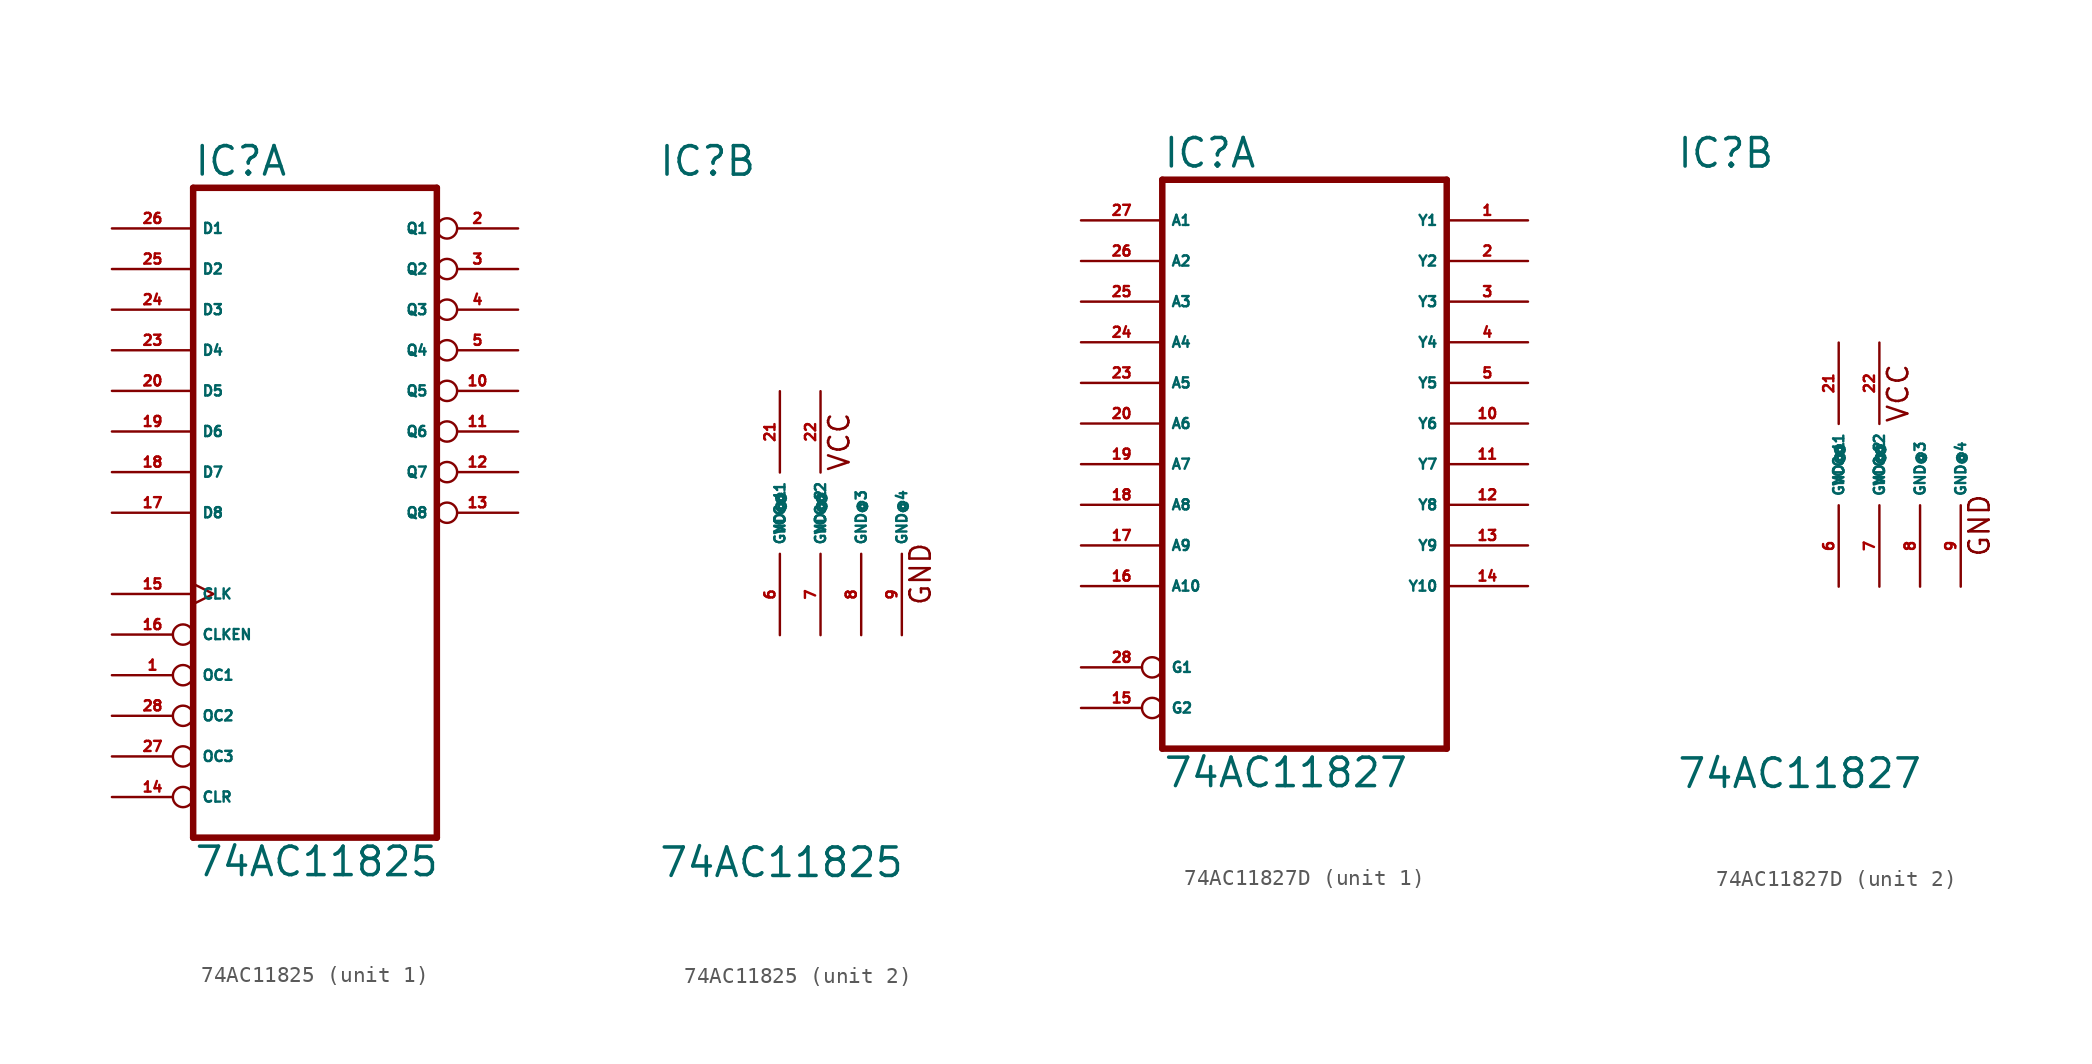
<source format=kicad_sym>
(kicad_symbol_lib
  (version 20220914)
  (generator Eagle2Kicad)
  (symbol "74AC11825"
    (property "Reference" "IC"
      (at -7.62 20.955 0)
      (effects (font (size 1.778 1.778) (thickness 0.22)) (justify left bottom)))
    (property "Value" "74AC11825"
      (at -7.62 -22.86 0)
      (effects (font (size 1.778 1.778) (thickness 0.22)) (justify left bottom)))
    (symbol "74AC11825_1_0"
      (polyline (pts (xy -7.62 -20.32) (xy 7.62 -20.32)) (stroke (width 0.406) (type default)) (fill (type none)))
      (polyline (pts (xy 7.62 -20.32) (xy 7.62 20.32)) (stroke (width 0.406) (type default)) (fill (type none)))
      (polyline (pts (xy 7.62 20.32) (xy -7.62 20.32)) (stroke (width 0.406) (type default)) (fill (type none)))
      (polyline (pts (xy -7.62 20.32) (xy -7.62 -20.32)) (stroke (width 0.406) (type default)) (fill (type none)))
      (pin input inverted (at -12.7 -10.16 0) (length 5.08) (name "OC1" (effects (font (size 0.635 0.635) (thickness 0.08)) (justify left bottom))) (number "1" (effects (font (size 0.635 0.635) (thickness 0.08)) (justify left bottom))))
      (pin tri_state inverted (at 12.7 17.78 180) (length 5.08) (name "Q1" (effects (font (size 0.635 0.635) (thickness 0.08)) (justify left bottom))) (number "2" (effects (font (size 0.635 0.635) (thickness 0.08)) (justify left bottom))))
      (pin tri_state inverted (at 12.7 15.24 180) (length 5.08) (name "Q2" (effects (font (size 0.635 0.635) (thickness 0.08)) (justify left bottom))) (number "3" (effects (font (size 0.635 0.635) (thickness 0.08)) (justify left bottom))))
      (pin tri_state inverted (at 12.7 12.7 180) (length 5.08) (name "Q3" (effects (font (size 0.635 0.635) (thickness 0.08)) (justify left bottom))) (number "4" (effects (font (size 0.635 0.635) (thickness 0.08)) (justify left bottom))))
      (pin tri_state inverted (at 12.7 10.16 180) (length 5.08) (name "Q4" (effects (font (size 0.635 0.635) (thickness 0.08)) (justify left bottom))) (number "5" (effects (font (size 0.635 0.635) (thickness 0.08)) (justify left bottom))))
      (pin tri_state inverted (at 12.7 7.62 180) (length 5.08) (name "Q5" (effects (font (size 0.635 0.635) (thickness 0.08)) (justify left bottom))) (number "10" (effects (font (size 0.635 0.635) (thickness 0.08)) (justify left bottom))))
      (pin tri_state inverted (at 12.7 5.08 180) (length 5.08) (name "Q6" (effects (font (size 0.635 0.635) (thickness 0.08)) (justify left bottom))) (number "11" (effects (font (size 0.635 0.635) (thickness 0.08)) (justify left bottom))))
      (pin tri_state inverted (at 12.7 2.54 180) (length 5.08) (name "Q7" (effects (font (size 0.635 0.635) (thickness 0.08)) (justify left bottom))) (number "12" (effects (font (size 0.635 0.635) (thickness 0.08)) (justify left bottom))))
      (pin tri_state inverted (at 12.7 0 180) (length 5.08) (name "Q8" (effects (font (size 0.635 0.635) (thickness 0.08)) (justify left bottom))) (number "13" (effects (font (size 0.635 0.635) (thickness 0.08)) (justify left bottom))))
      (pin input inverted (at -12.7 -17.78 0) (length 5.08) (name "CLR" (effects (font (size 0.635 0.635) (thickness 0.08)) (justify left bottom))) (number "14" (effects (font (size 0.635 0.635) (thickness 0.08)) (justify left bottom))))
      (pin input clock (at -12.7 -5.08 0) (length 5.08) (name "CLK" (effects (font (size 0.635 0.635) (thickness 0.08)) (justify left bottom))) (number "15" (effects (font (size 0.635 0.635) (thickness 0.08)) (justify left bottom))))
      (pin input inverted (at -12.7 -7.62 0) (length 5.08) (name "CLKEN" (effects (font (size 0.635 0.635) (thickness 0.08)) (justify left bottom))) (number "16" (effects (font (size 0.635 0.635) (thickness 0.08)) (justify left bottom))))
      (pin input line (at -12.7 0 0) (length 5.08) (name "D8" (effects (font (size 0.635 0.635) (thickness 0.08)) (justify left bottom))) (number "17" (effects (font (size 0.635 0.635) (thickness 0.08)) (justify left bottom))))
      (pin input line (at -12.7 2.54 0) (length 5.08) (name "D7" (effects (font (size 0.635 0.635) (thickness 0.08)) (justify left bottom))) (number "18" (effects (font (size 0.635 0.635) (thickness 0.08)) (justify left bottom))))
      (pin input line (at -12.7 5.08 0) (length 5.08) (name "D6" (effects (font (size 0.635 0.635) (thickness 0.08)) (justify left bottom))) (number "19" (effects (font (size 0.635 0.635) (thickness 0.08)) (justify left bottom))))
      (pin input line (at -12.7 7.62 0) (length 5.08) (name "D5" (effects (font (size 0.635 0.635) (thickness 0.08)) (justify left bottom))) (number "20" (effects (font (size 0.635 0.635) (thickness 0.08)) (justify left bottom))))
      (pin input line (at -12.7 10.16 0) (length 5.08) (name "D4" (effects (font (size 0.635 0.635) (thickness 0.08)) (justify left bottom))) (number "23" (effects (font (size 0.635 0.635) (thickness 0.08)) (justify left bottom))))
      (pin input line (at -12.7 12.7 0) (length 5.08) (name "D3" (effects (font (size 0.635 0.635) (thickness 0.08)) (justify left bottom))) (number "24" (effects (font (size 0.635 0.635) (thickness 0.08)) (justify left bottom))))
      (pin input line (at -12.7 15.24 0) (length 5.08) (name "D2" (effects (font (size 0.635 0.635) (thickness 0.08)) (justify left bottom))) (number "25" (effects (font (size 0.635 0.635) (thickness 0.08)) (justify left bottom))))
      (pin input line (at -12.7 17.78 0) (length 5.08) (name "D1" (effects (font (size 0.635 0.635) (thickness 0.08)) (justify left bottom))) (number "26" (effects (font (size 0.635 0.635) (thickness 0.08)) (justify left bottom))))
      (pin input inverted (at -12.7 -15.24 0) (length 5.08) (name "OC3" (effects (font (size 0.635 0.635) (thickness 0.08)) (justify left bottom))) (number "27" (effects (font (size 0.635 0.635) (thickness 0.08)) (justify left bottom))))
      (pin input inverted (at -12.7 -12.7 0) (length 5.08) (name "OC2" (effects (font (size 0.635 0.635) (thickness 0.08)) (justify left bottom))) (number "28" (effects (font (size 0.635 0.635) (thickness 0.08)) (justify left bottom)))))
    (symbol "74AC11825_2_0"
      (text "VCC" (at 4.445 2.54 900) (effects (font (size 1.27 1.27) (thickness 0.16)) (justify left bottom)))
      (text "GND" (at 9.525 -5.842 900) (effects (font (size 1.27 1.27) (thickness 0.16)) (justify left bottom)))
      (pin unspecified line (at 0 -7.62 90) (length 5.08) (name "GND@1" (effects (font (size 0.635 0.635) (thickness 0.08)) (justify left bottom))) (number "6" (effects (font (size 0.635 0.635) (thickness 0.08)) (justify left bottom))))
      (pin unspecified line (at 2.54 -7.62 90) (length 5.08) (name "GND@2" (effects (font (size 0.635 0.635) (thickness 0.08)) (justify left bottom))) (number "7" (effects (font (size 0.635 0.635) (thickness 0.08)) (justify left bottom))))
      (pin unspecified line (at 5.08 -7.62 90) (length 5.08) (name "GND@3" (effects (font (size 0.635 0.635) (thickness 0.08)) (justify left bottom))) (number "8" (effects (font (size 0.635 0.635) (thickness 0.08)) (justify left bottom))))
      (pin unspecified line (at 7.62 -7.62 90) (length 5.08) (name "GND@4" (effects (font (size 0.635 0.635) (thickness 0.08)) (justify left bottom))) (number "9" (effects (font (size 0.635 0.635) (thickness 0.08)) (justify left bottom))))
      (pin unspecified line (at 0 7.62 270) (length 5.08) (name "VCC@1" (effects (font (size 0.635 0.635) (thickness 0.08)) (justify left bottom))) (number "21" (effects (font (size 0.635 0.635) (thickness 0.08)) (justify left bottom))))
      (pin unspecified line (at 2.54 7.62 270) (length 5.08) (name "VCC@2" (effects (font (size 0.635 0.635) (thickness 0.08)) (justify left bottom))) (number "22" (effects (font (size 0.635 0.635) (thickness 0.08)) (justify left bottom))))))
  (symbol "74AC11827D"
    (property "Reference" "IC"
      (at -10.16 18.415 0)
      (effects (font (size 1.778 1.778) (thickness 0.22)) (justify left bottom)))
    (property "Value" "74AC11827"
      (at -10.16 -20.32 0)
      (effects (font (size 1.778 1.778) (thickness 0.22)) (justify left bottom)))
    (symbol "74AC11827D_1_0"
      (polyline (pts (xy -10.16 -17.78) (xy 7.62 -17.78)) (stroke (width 0.406) (type default)) (fill (type none)))
      (polyline (pts (xy 7.62 -17.78) (xy 7.62 17.78)) (stroke (width 0.406) (type default)) (fill (type none)))
      (polyline (pts (xy 7.62 17.78) (xy -10.16 17.78)) (stroke (width 0.406) (type default)) (fill (type none)))
      (polyline (pts (xy -10.16 17.78) (xy -10.16 -17.78)) (stroke (width 0.406) (type default)) (fill (type none)))
      (pin tri_state line (at 12.7 15.24 180) (length 5.08) (name "Y1" (effects (font (size 0.635 0.635) (thickness 0.08)) (justify left bottom))) (number "1" (effects (font (size 0.635 0.635) (thickness 0.08)) (justify left bottom))))
      (pin tri_state line (at 12.7 12.7 180) (length 5.08) (name "Y2" (effects (font (size 0.635 0.635) (thickness 0.08)) (justify left bottom))) (number "2" (effects (font (size 0.635 0.635) (thickness 0.08)) (justify left bottom))))
      (pin tri_state line (at 12.7 10.16 180) (length 5.08) (name "Y3" (effects (font (size 0.635 0.635) (thickness 0.08)) (justify left bottom))) (number "3" (effects (font (size 0.635 0.635) (thickness 0.08)) (justify left bottom))))
      (pin tri_state line (at 12.7 7.62 180) (length 5.08) (name "Y4" (effects (font (size 0.635 0.635) (thickness 0.08)) (justify left bottom))) (number "4" (effects (font (size 0.635 0.635) (thickness 0.08)) (justify left bottom))))
      (pin tri_state line (at 12.7 5.08 180) (length 5.08) (name "Y5" (effects (font (size 0.635 0.635) (thickness 0.08)) (justify left bottom))) (number "5" (effects (font (size 0.635 0.635) (thickness 0.08)) (justify left bottom))))
      (pin tri_state line (at 12.7 2.54 180) (length 5.08) (name "Y6" (effects (font (size 0.635 0.635) (thickness 0.08)) (justify left bottom))) (number "10" (effects (font (size 0.635 0.635) (thickness 0.08)) (justify left bottom))))
      (pin tri_state line (at 12.7 0 180) (length 5.08) (name "Y7" (effects (font (size 0.635 0.635) (thickness 0.08)) (justify left bottom))) (number "11" (effects (font (size 0.635 0.635) (thickness 0.08)) (justify left bottom))))
      (pin tri_state line (at 12.7 -2.54 180) (length 5.08) (name "Y8" (effects (font (size 0.635 0.635) (thickness 0.08)) (justify left bottom))) (number "12" (effects (font (size 0.635 0.635) (thickness 0.08)) (justify left bottom))))
      (pin tri_state line (at 12.7 -5.08 180) (length 5.08) (name "Y9" (effects (font (size 0.635 0.635) (thickness 0.08)) (justify left bottom))) (number "13" (effects (font (size 0.635 0.635) (thickness 0.08)) (justify left bottom))))
      (pin tri_state line (at 12.7 -7.62 180) (length 5.08) (name "Y10" (effects (font (size 0.635 0.635) (thickness 0.08)) (justify left bottom))) (number "14" (effects (font (size 0.635 0.635) (thickness 0.08)) (justify left bottom))))
      (pin input inverted (at -15.24 -15.24 0) (length 5.08) (name "G2" (effects (font (size 0.635 0.635) (thickness 0.08)) (justify left bottom))) (number "15" (effects (font (size 0.635 0.635) (thickness 0.08)) (justify left bottom))))
      (pin input line (at -15.24 -7.62 0) (length 5.08) (name "A10" (effects (font (size 0.635 0.635) (thickness 0.08)) (justify left bottom))) (number "16" (effects (font (size 0.635 0.635) (thickness 0.08)) (justify left bottom))))
      (pin input line (at -15.24 -5.08 0) (length 5.08) (name "A9" (effects (font (size 0.635 0.635) (thickness 0.08)) (justify left bottom))) (number "17" (effects (font (size 0.635 0.635) (thickness 0.08)) (justify left bottom))))
      (pin input line (at -15.24 -2.54 0) (length 5.08) (name "A8" (effects (font (size 0.635 0.635) (thickness 0.08)) (justify left bottom))) (number "18" (effects (font (size 0.635 0.635) (thickness 0.08)) (justify left bottom))))
      (pin input line (at -15.24 0 0) (length 5.08) (name "A7" (effects (font (size 0.635 0.635) (thickness 0.08)) (justify left bottom))) (number "19" (effects (font (size 0.635 0.635) (thickness 0.08)) (justify left bottom))))
      (pin input line (at -15.24 2.54 0) (length 5.08) (name "A6" (effects (font (size 0.635 0.635) (thickness 0.08)) (justify left bottom))) (number "20" (effects (font (size 0.635 0.635) (thickness 0.08)) (justify left bottom))))
      (pin input line (at -15.24 5.08 0) (length 5.08) (name "A5" (effects (font (size 0.635 0.635) (thickness 0.08)) (justify left bottom))) (number "23" (effects (font (size 0.635 0.635) (thickness 0.08)) (justify left bottom))))
      (pin input line (at -15.24 7.62 0) (length 5.08) (name "A4" (effects (font (size 0.635 0.635) (thickness 0.08)) (justify left bottom))) (number "24" (effects (font (size 0.635 0.635) (thickness 0.08)) (justify left bottom))))
      (pin input line (at -15.24 10.16 0) (length 5.08) (name "A3" (effects (font (size 0.635 0.635) (thickness 0.08)) (justify left bottom))) (number "25" (effects (font (size 0.635 0.635) (thickness 0.08)) (justify left bottom))))
      (pin input line (at -15.24 12.7 0) (length 5.08) (name "A2" (effects (font (size 0.635 0.635) (thickness 0.08)) (justify left bottom))) (number "26" (effects (font (size 0.635 0.635) (thickness 0.08)) (justify left bottom))))
      (pin input line (at -15.24 15.24 0) (length 5.08) (name "A1" (effects (font (size 0.635 0.635) (thickness 0.08)) (justify left bottom))) (number "27" (effects (font (size 0.635 0.635) (thickness 0.08)) (justify left bottom))))
      (pin input inverted (at -15.24 -12.7 0) (length 5.08) (name "G1" (effects (font (size 0.635 0.635) (thickness 0.08)) (justify left bottom))) (number "28" (effects (font (size 0.635 0.635) (thickness 0.08)) (justify left bottom)))))
    (symbol "74AC11827D_2_0"
      (text "VCC" (at 4.445 2.54 900) (effects (font (size 1.27 1.27) (thickness 0.16)) (justify left bottom)))
      (text "GND" (at 9.525 -5.842 900) (effects (font (size 1.27 1.27) (thickness 0.16)) (justify left bottom)))
      (pin unspecified line (at 0 -7.62 90) (length 5.08) (name "GND@1" (effects (font (size 0.635 0.635) (thickness 0.08)) (justify left bottom))) (number "6" (effects (font (size 0.635 0.635) (thickness 0.08)) (justify left bottom))))
      (pin unspecified line (at 2.54 -7.62 90) (length 5.08) (name "GND@2" (effects (font (size 0.635 0.635) (thickness 0.08)) (justify left bottom))) (number "7" (effects (font (size 0.635 0.635) (thickness 0.08)) (justify left bottom))))
      (pin unspecified line (at 5.08 -7.62 90) (length 5.08) (name "GND@3" (effects (font (size 0.635 0.635) (thickness 0.08)) (justify left bottom))) (number "8" (effects (font (size 0.635 0.635) (thickness 0.08)) (justify left bottom))))
      (pin unspecified line (at 7.62 -7.62 90) (length 5.08) (name "GND@4" (effects (font (size 0.635 0.635) (thickness 0.08)) (justify left bottom))) (number "9" (effects (font (size 0.635 0.635) (thickness 0.08)) (justify left bottom))))
      (pin unspecified line (at 0 7.62 270) (length 5.08) (name "VCC@1" (effects (font (size 0.635 0.635) (thickness 0.08)) (justify left bottom))) (number "21" (effects (font (size 0.635 0.635) (thickness 0.08)) (justify left bottom))))
      (pin unspecified line (at 2.54 7.62 270) (length 5.08) (name "VCC@2" (effects (font (size 0.635 0.635) (thickness 0.08)) (justify left bottom))) (number "22" (effects (font (size 0.635 0.635) (thickness 0.08)) (justify left bottom)))))))
</source>
